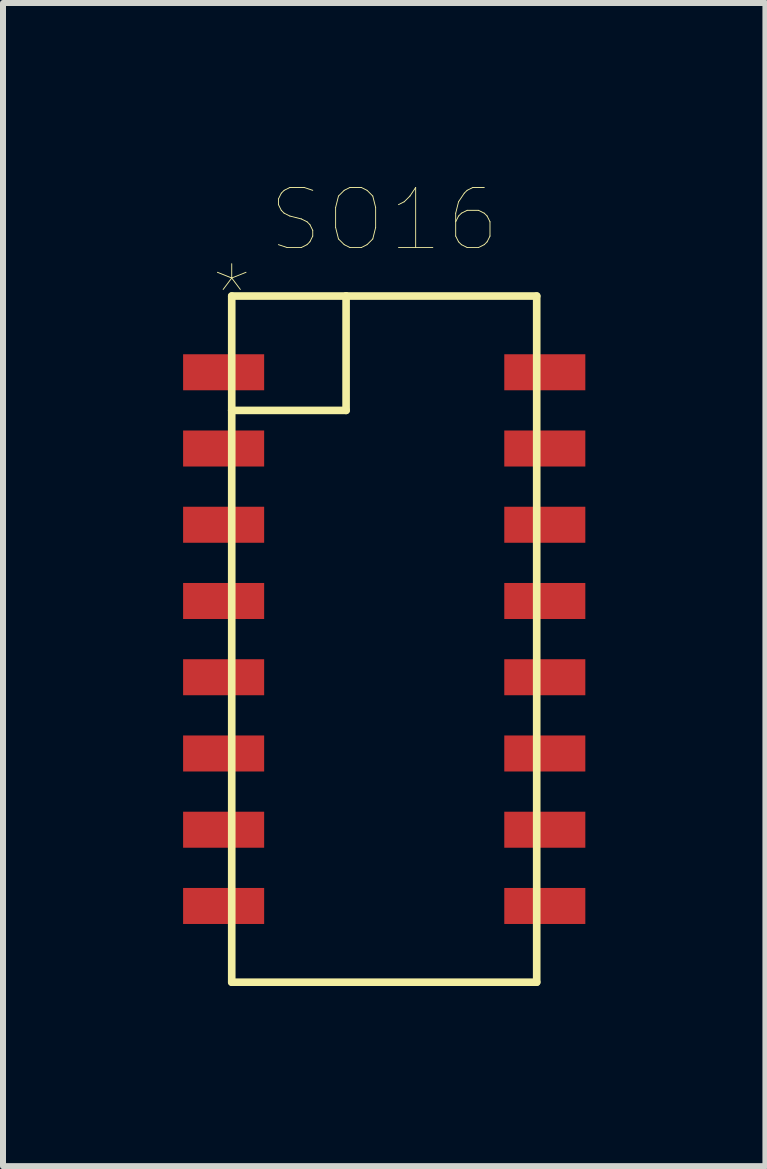
<source format=kicad_pcb>
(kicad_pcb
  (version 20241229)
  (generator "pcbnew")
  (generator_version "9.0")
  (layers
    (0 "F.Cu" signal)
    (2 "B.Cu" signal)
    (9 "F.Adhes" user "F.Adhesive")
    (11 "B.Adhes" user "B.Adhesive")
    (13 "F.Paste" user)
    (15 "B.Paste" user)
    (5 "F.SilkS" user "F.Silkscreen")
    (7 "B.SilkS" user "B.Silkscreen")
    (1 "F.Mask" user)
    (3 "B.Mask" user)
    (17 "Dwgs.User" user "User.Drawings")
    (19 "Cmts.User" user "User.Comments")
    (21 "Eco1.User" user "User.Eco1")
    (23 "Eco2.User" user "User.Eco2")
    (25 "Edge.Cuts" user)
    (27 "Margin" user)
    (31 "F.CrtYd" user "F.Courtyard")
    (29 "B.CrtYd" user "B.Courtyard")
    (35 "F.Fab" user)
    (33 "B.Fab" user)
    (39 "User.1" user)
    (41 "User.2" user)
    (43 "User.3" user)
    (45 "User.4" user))
  (footprint "SO16"
    (layer "F.Cu")
    (at 2.89 8.771)
    (property "Reference" "SO16" (at 0.46 -8.16 0) (layer "F.SilkS") (effects (font (size 1 1) (thickness 0.015))))
    (attr through_hole)
    (fp_line (start -2.08 -6.89) (end -2.08 -4.985) (stroke (width 0.127) (type solid)) (layer "F.SilkS"))
    (fp_line (start -2.08 -6.89) (end -0.175 -6.89) (stroke (width 0.127) (type solid)) (layer "F.SilkS"))
    (fp_line (start -2.08 -4.985) (end -2.08 4.54) (stroke (width 0.127) (type solid)) (layer "F.SilkS"))
    (fp_line (start -2.08 -4.985) (end -0.175 -4.985) (stroke (width 0.127) (type solid)) (layer "F.SilkS"))
    (fp_line (start -2.08 4.54) (end 3 4.54) (stroke (width 0.127) (type solid)) (layer "F.SilkS"))
    (fp_line (start -0.175 -6.89) (end 3 -6.89) (stroke (width 0.127) (type solid)) (layer "F.SilkS"))
    (fp_line (start -0.175 -4.985) (end -0.175 -6.89) (stroke (width 0.127) (type solid)) (layer "F.SilkS"))
    (fp_line (start 3 -6.89) (end 3 4.54) (stroke (width 0.127) (type solid)) (layer "F.SilkS"))
    (fp_text user "*" (at -2.08 -6.89 0) (layer "F.SilkS") (effects (font (size 1 1) (thickness 0.015))))
    (pad "1" smd rect (at -2.215 -5.62) (size 1.35 0.6) (layers "F.Cu" "F.Mask" "F.Paste"))
    (pad "2" smd rect (at -2.215 -4.35) (size 1.35 0.6) (layers "F.Cu" "F.Mask" "F.Paste"))
    (pad "3" smd rect (at -2.215 -3.08) (size 1.35 0.6) (layers "F.Cu" "F.Mask" "F.Paste"))
    (pad "4" smd rect (at -2.215 -1.81) (size 1.35 0.6) (layers "F.Cu" "F.Mask" "F.Paste"))
    (pad "5" smd rect (at -2.215 -0.54) (size 1.35 0.6) (layers "F.Cu" "F.Mask" "F.Paste"))
    (pad "6" smd rect (at -2.215 0.73) (size 1.35 0.6) (layers "F.Cu" "F.Mask" "F.Paste"))
    (pad "7" smd rect (at -2.215 2) (size 1.35 0.6) (layers "F.Cu" "F.Mask" "F.Paste"))
    (pad "8" smd rect (at -2.215 3.27) (size 1.35 0.6) (layers "F.Cu" "F.Mask" "F.Paste"))
    (pad "9" smd rect (at 3.135 3.27) (size 1.35 0.6) (layers "F.Cu" "F.Mask" "F.Paste"))
    (pad "10" smd rect (at 3.135 2) (size 1.35 0.6) (layers "F.Cu" "F.Mask" "F.Paste"))
    (pad "11" smd rect (at 3.135 0.73) (size 1.35 0.6) (layers "F.Cu" "F.Mask" "F.Paste"))
    (pad "12" smd rect (at 3.135 -0.54) (size 1.35 0.6) (layers "F.Cu" "F.Mask" "F.Paste"))
    (pad "13" smd rect (at 3.135 -1.81) (size 1.35 0.6) (layers "F.Cu" "F.Mask" "F.Paste"))
    (pad "14" smd rect (at 3.135 -3.08) (size 1.35 0.6) (layers "F.Cu" "F.Mask" "F.Paste"))
    (pad "15" smd rect (at 3.135 -4.35) (size 1.35 0.6) (layers "F.Cu" "F.Mask" "F.Paste"))
    (pad "16" smd rect (at 3.135 -5.62) (size 1.35 0.6) (layers "F.Cu" "F.Mask" "F.Paste")))
  (gr_rect
    (start -3 -3)
    (end 9.7 16.375)
    (stroke (width 0.1) (type default))
    (fill no)
    (layer "Edge.Cuts")))
</source>
